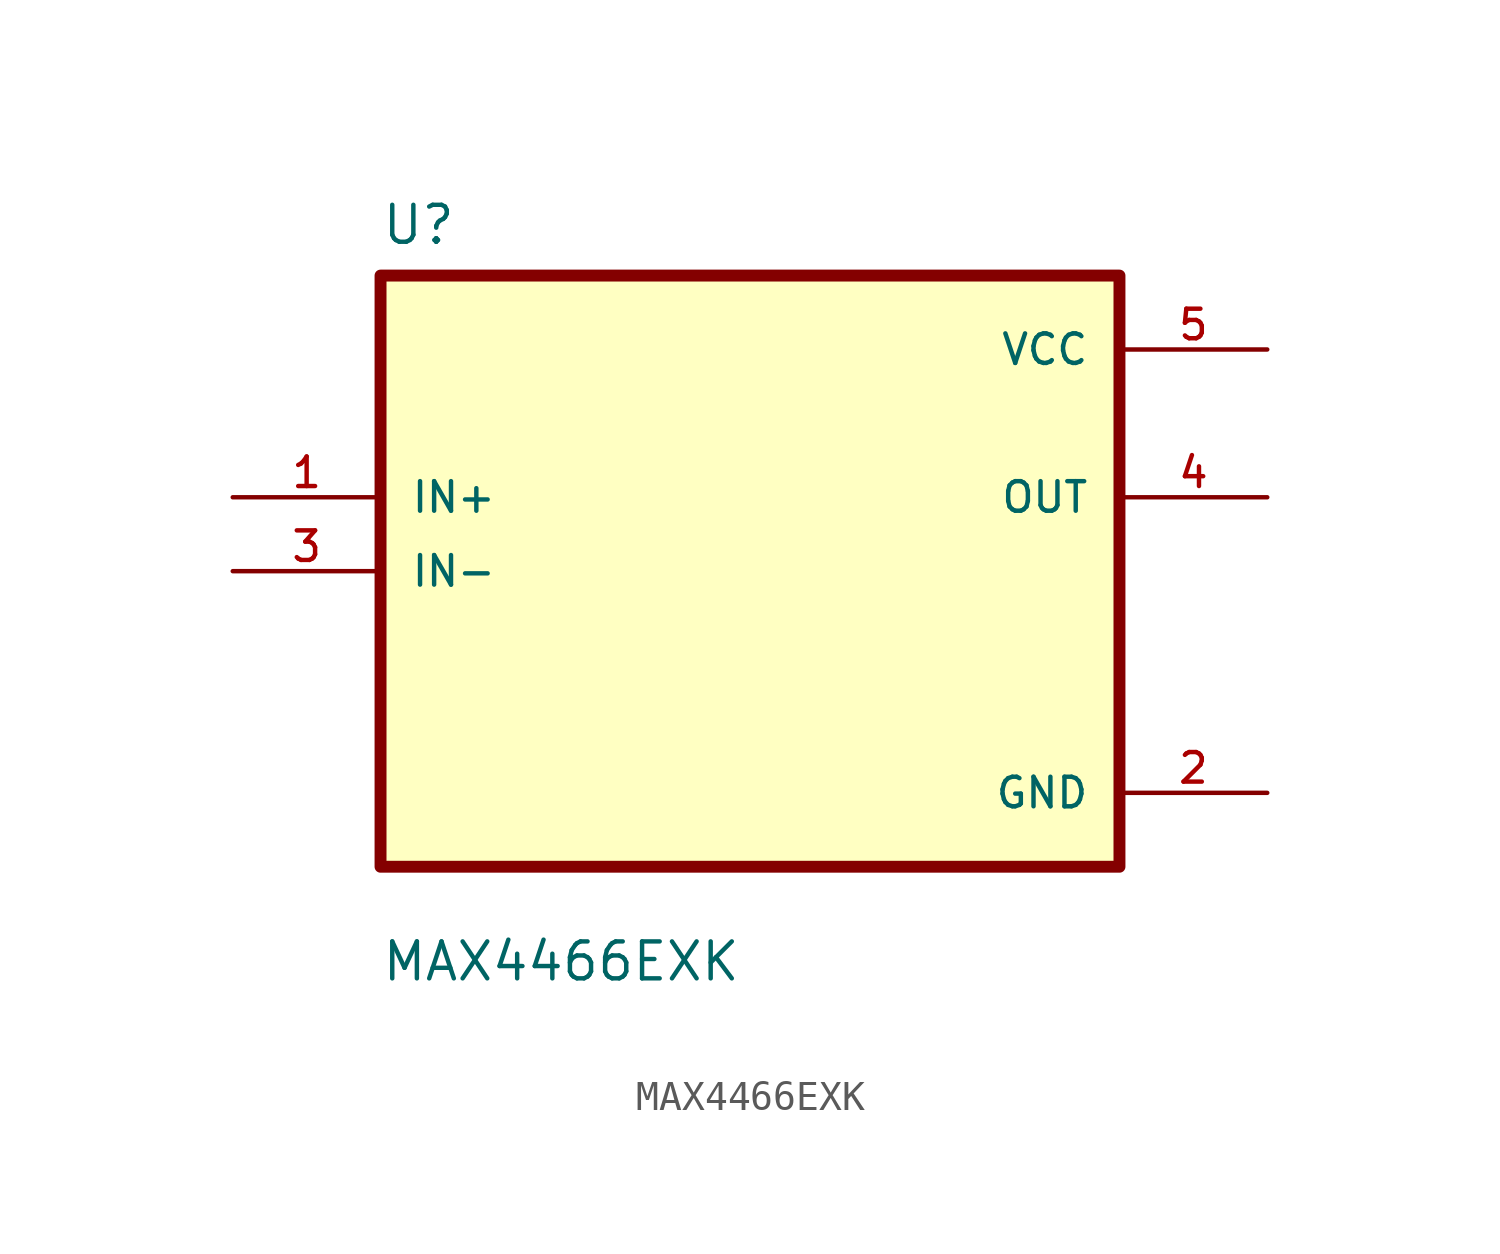
<source format=kicad_sym>
(kicad_symbol_lib
  (version 20211014)
  (generator kicad_symbol_editor)
  (symbol "MAX4466EXK"
    (pin_names
      (offset 1.016))
    (property "Reference" "U"
      (at -12.7 11.16 0.0)
      (effects (font (size 1.27 1.27)) (justify bottom left)))
    (property "Value" "MAX4466EXK"
      (at -12.7 -14.16 0.0)
      (effects (font (size 1.27 1.27)) (justify bottom left)))
    (symbol "MAX4466EXK_0_0"
      (rectangle (start -12.7 -10.16) (end 12.7 10.16) (stroke (width 0.41)) (fill (type background)))
      (pin input line (at -17.78 2.54 0) (length 5.08) (name "IN+" (effects (font (size 1.016 1.016)))) (number "1" (effects (font (size 1.016 1.016)))))
      (pin input line (at -17.78 0.0 0) (length 5.08) (name "IN-" (effects (font (size 1.016 1.016)))) (number "3" (effects (font (size 1.016 1.016)))))
      (pin power_in line (at 17.78 7.62 180.0) (length 5.08) (name "VCC" (effects (font (size 1.016 1.016)))) (number "5" (effects (font (size 1.016 1.016)))))
      (pin output line (at 17.78 2.54 180.0) (length 5.08) (name "OUT" (effects (font (size 1.016 1.016)))) (number "4" (effects (font (size 1.016 1.016)))))
      (pin power_in line (at 17.78 -7.62 180.0) (length 5.08) (name "GND" (effects (font (size 1.016 1.016)))) (number "2" (effects (font (size 1.016 1.016))))))))
</source>
